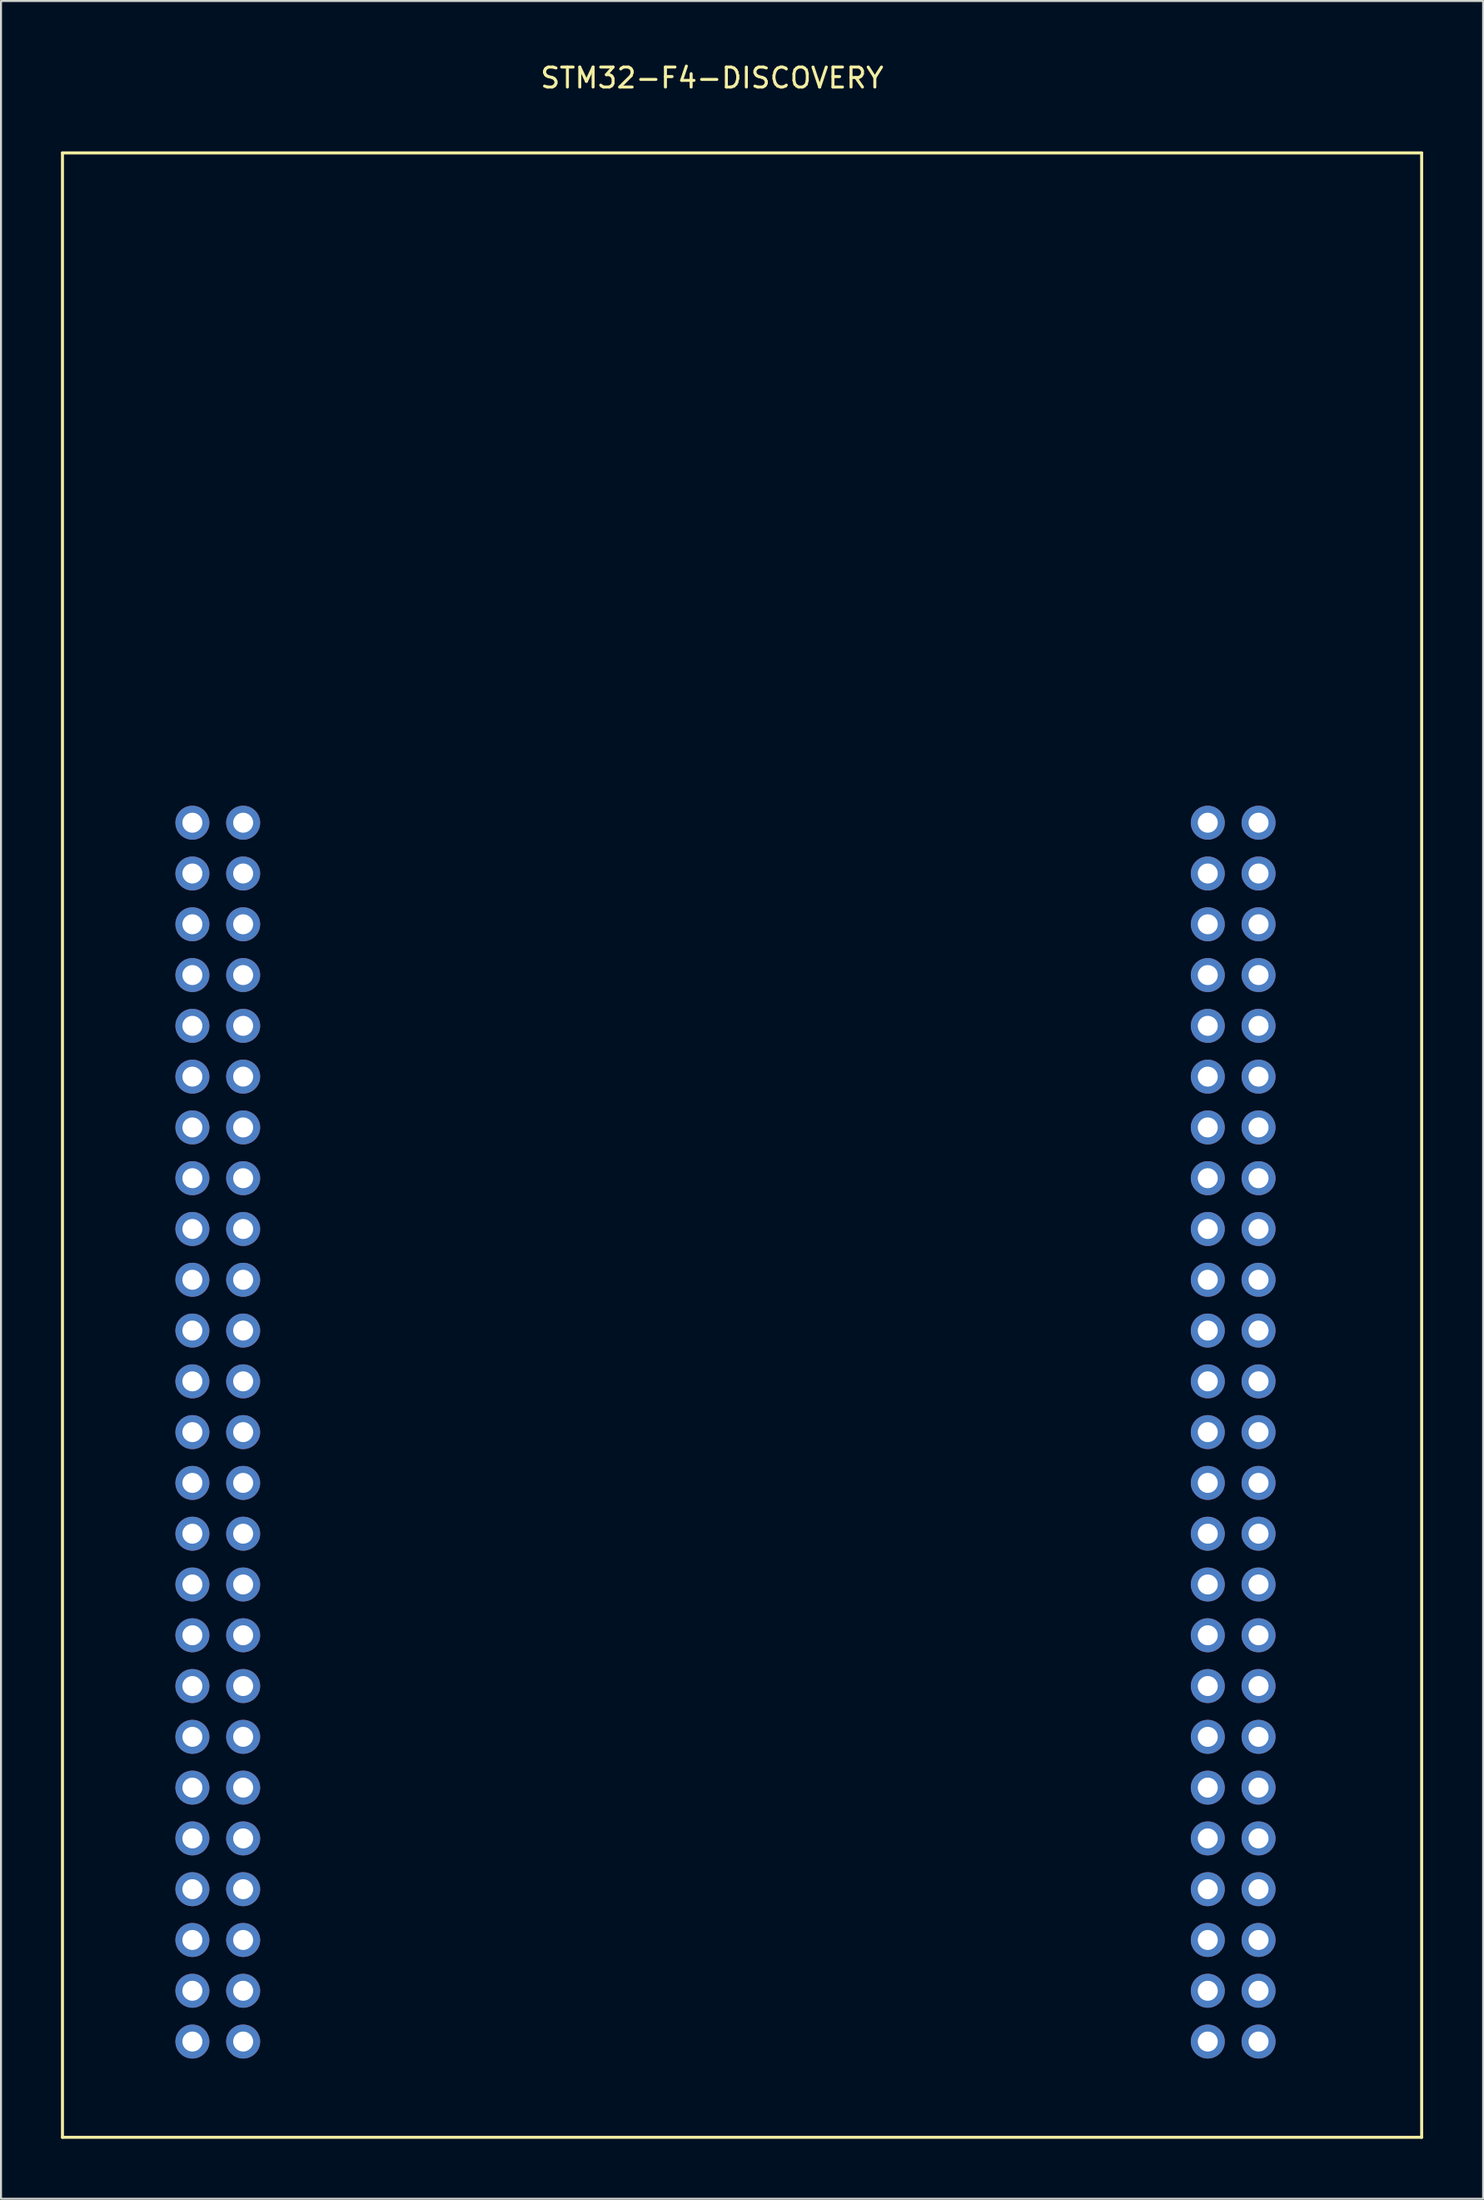
<source format=kicad_pcb>
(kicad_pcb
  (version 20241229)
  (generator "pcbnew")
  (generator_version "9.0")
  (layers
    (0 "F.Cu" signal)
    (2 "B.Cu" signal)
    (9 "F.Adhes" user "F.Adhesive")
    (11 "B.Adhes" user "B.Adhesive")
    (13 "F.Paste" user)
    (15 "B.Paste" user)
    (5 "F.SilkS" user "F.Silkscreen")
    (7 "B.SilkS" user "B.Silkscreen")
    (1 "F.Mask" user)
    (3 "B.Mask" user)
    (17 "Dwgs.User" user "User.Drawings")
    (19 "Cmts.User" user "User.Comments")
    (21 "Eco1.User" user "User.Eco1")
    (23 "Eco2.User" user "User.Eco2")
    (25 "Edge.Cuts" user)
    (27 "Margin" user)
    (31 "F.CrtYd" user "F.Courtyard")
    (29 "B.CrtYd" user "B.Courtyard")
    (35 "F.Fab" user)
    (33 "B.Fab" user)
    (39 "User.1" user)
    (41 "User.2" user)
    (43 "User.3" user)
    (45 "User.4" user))
  (footprint "STM32-F4-DISCOVERY"
    (layer "F.Cu")
    (at 6.575 38.098)
    (property "Reference" "STM32-F4-DISCOVERY" (at 26 -37.25 0) (layer "F.SilkS") (effects (font (size 1 1) (thickness 0.15))))
    (attr through_hole)
    (fp_line (start -6.5 -33.5) (end -6.5 65.75) (stroke (width 0.15) (type solid)) (layer "F.SilkS"))
    (fp_line (start -6.5 65.75) (end 61.5 65.75) (stroke (width 0.15) (type solid)) (layer "F.SilkS"))
    (fp_line (start 61.5 -33.5) (end -6.5 -33.5) (stroke (width 0.15) (type solid)) (layer "F.SilkS"))
    (fp_line (start 61.5 65.75) (end 61.5 -33.5) (stroke (width 0.15) (type solid)) (layer "F.SilkS"))
    (pad "1" thru_hole circle (at 0 0) (size 1.7 1.7) (drill 1) (layers "*.Cu" "*.Mask"))
    (pad "2" thru_hole circle (at 2.54 0) (size 1.7 1.7) (drill 1) (layers "*.Cu" "*.Mask"))
    (pad "3" thru_hole circle (at 0 2.54) (size 1.7 1.7) (drill 1) (layers "*.Cu" "*.Mask"))
    (pad "4" thru_hole circle (at 2.54 2.54) (size 1.7 1.7) (drill 1) (layers "*.Cu" "*.Mask"))
    (pad "5" thru_hole circle (at 0 5.08) (size 1.7 1.7) (drill 1) (layers "*.Cu" "*.Mask"))
    (pad "6" thru_hole circle (at 2.54 5.08) (size 1.7 1.7) (drill 1) (layers "*.Cu" "*.Mask"))
    (pad "7" thru_hole circle (at 0 7.62) (size 1.7 1.7) (drill 1) (layers "*.Cu" "*.Mask"))
    (pad "8" thru_hole circle (at 2.54 7.62) (size 1.7 1.7) (drill 1) (layers "*.Cu" "*.Mask"))
    (pad "9" thru_hole circle (at 0 10.16) (size 1.7 1.7) (drill 1) (layers "*.Cu" "*.Mask"))
    (pad "10" thru_hole circle (at 2.54 10.16) (size 1.7 1.7) (drill 1) (layers "*.Cu" "*.Mask"))
    (pad "11" thru_hole circle (at 0 12.7) (size 1.7 1.7) (drill 1) (layers "*.Cu" "*.Mask"))
    (pad "12" thru_hole circle (at 2.54 12.7) (size 1.7 1.7) (drill 1) (layers "*.Cu" "*.Mask"))
    (pad "13" thru_hole circle (at 0 15.24) (size 1.7 1.7) (drill 1) (layers "*.Cu" "*.Mask"))
    (pad "14" thru_hole circle (at 2.54 15.24) (size 1.7 1.7) (drill 1) (layers "*.Cu" "*.Mask"))
    (pad "15" thru_hole circle (at 0 17.78) (size 1.7 1.7) (drill 1) (layers "*.Cu" "*.Mask"))
    (pad "16" thru_hole circle (at 2.54 17.78) (size 1.7 1.7) (drill 1) (layers "*.Cu" "*.Mask"))
    (pad "17" thru_hole circle (at 0 20.32) (size 1.7 1.7) (drill 1) (layers "*.Cu" "*.Mask"))
    (pad "18" thru_hole circle (at 2.54 20.32) (size 1.7 1.7) (drill 1) (layers "*.Cu" "*.Mask"))
    (pad "19" thru_hole circle (at 0 22.86) (size 1.7 1.7) (drill 1) (layers "*.Cu" "*.Mask"))
    (pad "20" thru_hole circle (at 2.54 22.86) (size 1.7 1.7) (drill 1) (layers "*.Cu" "*.Mask"))
    (pad "21" thru_hole circle (at 0 25.4) (size 1.7 1.7) (drill 1) (layers "*.Cu" "*.Mask"))
    (pad "22" thru_hole circle (at 2.54 25.4) (size 1.7 1.7) (drill 1) (layers "*.Cu" "*.Mask"))
    (pad "23" thru_hole circle (at 0 27.94) (size 1.7 1.7) (drill 1) (layers "*.Cu" "*.Mask"))
    (pad "24" thru_hole circle (at 2.54 27.94) (size 1.7 1.7) (drill 1) (layers "*.Cu" "*.Mask"))
    (pad "25" thru_hole circle (at 0 30.48) (size 1.7 1.7) (drill 1) (layers "*.Cu" "*.Mask"))
    (pad "26" thru_hole circle (at 2.54 30.48) (size 1.7 1.7) (drill 1) (layers "*.Cu" "*.Mask"))
    (pad "27" thru_hole circle (at 0 33.02) (size 1.7 1.7) (drill 1) (layers "*.Cu" "*.Mask"))
    (pad "28" thru_hole circle (at 2.54 33.02) (size 1.7 1.7) (drill 1) (layers "*.Cu" "*.Mask"))
    (pad "29" thru_hole circle (at 0 35.56) (size 1.7 1.7) (drill 1) (layers "*.Cu" "*.Mask"))
    (pad "30" thru_hole circle (at 2.54 35.56) (size 1.7 1.7) (drill 1) (layers "*.Cu" "*.Mask"))
    (pad "31" thru_hole circle (at 0 38.1) (size 1.7 1.7) (drill 1) (layers "*.Cu" "*.Mask"))
    (pad "32" thru_hole circle (at 2.54 38.1) (size 1.7 1.7) (drill 1) (layers "*.Cu" "*.Mask"))
    (pad "33" thru_hole circle (at 0 40.64) (size 1.7 1.7) (drill 1) (layers "*.Cu" "*.Mask"))
    (pad "34" thru_hole circle (at 2.54 40.64) (size 1.7 1.7) (drill 1) (layers "*.Cu" "*.Mask"))
    (pad "35" thru_hole circle (at 0 43.18) (size 1.7 1.7) (drill 1) (layers "*.Cu" "*.Mask"))
    (pad "36" thru_hole circle (at 2.54 43.18) (size 1.7 1.7) (drill 1) (layers "*.Cu" "*.Mask"))
    (pad "37" thru_hole circle (at 0 45.72) (size 1.7 1.7) (drill 1) (layers "*.Cu" "*.Mask"))
    (pad "38" thru_hole circle (at 2.54 45.72) (size 1.7 1.7) (drill 1) (layers "*.Cu" "*.Mask"))
    (pad "39" thru_hole circle (at 0 48.26) (size 1.7 1.7) (drill 1) (layers "*.Cu" "*.Mask"))
    (pad "40" thru_hole circle (at 2.54 48.26) (size 1.7 1.7) (drill 1) (layers "*.Cu" "*.Mask"))
    (pad "41" thru_hole circle (at 0 50.8) (size 1.7 1.7) (drill 1) (layers "*.Cu" "*.Mask"))
    (pad "42" thru_hole circle (at 2.54 50.8) (size 1.7 1.7) (drill 1) (layers "*.Cu" "*.Mask"))
    (pad "43" thru_hole circle (at 0 53.34) (size 1.7 1.7) (drill 1) (layers "*.Cu" "*.Mask"))
    (pad "44" thru_hole circle (at 2.54 53.34) (size 1.7 1.7) (drill 1) (layers "*.Cu" "*.Mask"))
    (pad "45" thru_hole circle (at 0 55.88) (size 1.7 1.7) (drill 1) (layers "*.Cu" "*.Mask"))
    (pad "46" thru_hole circle (at 2.54 55.88) (size 1.7 1.7) (drill 1) (layers "*.Cu" "*.Mask"))
    (pad "47" thru_hole circle (at 0 58.42) (size 1.7 1.7) (drill 1) (layers "*.Cu" "*.Mask"))
    (pad "48" thru_hole circle (at 2.54 58.42) (size 1.7 1.7) (drill 1) (layers "*.Cu" "*.Mask"))
    (pad "49" thru_hole circle (at 0 60.96) (size 1.7 1.7) (drill 1) (layers "*.Cu" "*.Mask"))
    (pad "50" thru_hole circle (at 2.54 60.96) (size 1.7 1.7) (drill 1) (layers "*.Cu" "*.Mask"))
    (pad "51" thru_hole circle (at 50.8 0) (size 1.7 1.7) (drill 1) (layers "*.Cu" "*.Mask"))
    (pad "52" thru_hole circle (at 53.34 0) (size 1.7 1.7) (drill 1) (layers "*.Cu" "*.Mask"))
    (pad "53" thru_hole circle (at 50.8 2.54) (size 1.7 1.7) (drill 1) (layers "*.Cu" "*.Mask"))
    (pad "54" thru_hole circle (at 53.34 2.54) (size 1.7 1.7) (drill 1) (layers "*.Cu" "*.Mask"))
    (pad "55" thru_hole circle (at 50.8 5.08) (size 1.7 1.7) (drill 1) (layers "*.Cu" "*.Mask"))
    (pad "56" thru_hole circle (at 53.34 5.08) (size 1.7 1.7) (drill 1) (layers "*.Cu" "*.Mask"))
    (pad "57" thru_hole circle (at 50.8 7.62) (size 1.7 1.7) (drill 1) (layers "*.Cu" "*.Mask"))
    (pad "58" thru_hole circle (at 53.34 7.62) (size 1.7 1.7) (drill 1) (layers "*.Cu" "*.Mask"))
    (pad "59" thru_hole circle (at 50.8 10.16) (size 1.7 1.7) (drill 1) (layers "*.Cu" "*.Mask"))
    (pad "60" thru_hole circle (at 53.34 10.16) (size 1.7 1.7) (drill 1) (layers "*.Cu" "*.Mask"))
    (pad "61" thru_hole circle (at 50.8 12.7) (size 1.7 1.7) (drill 1) (layers "*.Cu" "*.Mask"))
    (pad "62" thru_hole circle (at 53.34 12.7) (size 1.7 1.7) (drill 1) (layers "*.Cu" "*.Mask"))
    (pad "63" thru_hole circle (at 50.8 15.24) (size 1.7 1.7) (drill 1) (layers "*.Cu" "*.Mask"))
    (pad "64" thru_hole circle (at 53.34 15.24) (size 1.7 1.7) (drill 1) (layers "*.Cu" "*.Mask"))
    (pad "65" thru_hole circle (at 50.8 17.78) (size 1.7 1.7) (drill 1) (layers "*.Cu" "*.Mask"))
    (pad "66" thru_hole circle (at 53.34 17.78) (size 1.7 1.7) (drill 1) (layers "*.Cu" "*.Mask"))
    (pad "67" thru_hole circle (at 50.8 20.32) (size 1.7 1.7) (drill 1) (layers "*.Cu" "*.Mask"))
    (pad "68" thru_hole circle (at 53.34 20.32) (size 1.7 1.7) (drill 1) (layers "*.Cu" "*.Mask"))
    (pad "69" thru_hole circle (at 50.8 22.86) (size 1.7 1.7) (drill 1) (layers "*.Cu" "*.Mask"))
    (pad "70" thru_hole circle (at 53.34 22.86) (size 1.7 1.7) (drill 1) (layers "*.Cu" "*.Mask"))
    (pad "71" thru_hole circle (at 50.8 25.4) (size 1.7 1.7) (drill 1) (layers "*.Cu" "*.Mask"))
    (pad "72" thru_hole circle (at 53.34 25.4) (size 1.7 1.7) (drill 1) (layers "*.Cu" "*.Mask"))
    (pad "73" thru_hole circle (at 50.8 27.94) (size 1.7 1.7) (drill 1) (layers "*.Cu" "*.Mask"))
    (pad "74" thru_hole circle (at 53.34 27.94) (size 1.7 1.7) (drill 1) (layers "*.Cu" "*.Mask"))
    (pad "75" thru_hole circle (at 50.8 30.48) (size 1.7 1.7) (drill 1) (layers "*.Cu" "*.Mask"))
    (pad "76" thru_hole circle (at 53.34 30.48) (size 1.7 1.7) (drill 1) (layers "*.Cu" "*.Mask"))
    (pad "77" thru_hole circle (at 50.8 33.02) (size 1.7 1.7) (drill 1) (layers "*.Cu" "*.Mask"))
    (pad "78" thru_hole circle (at 53.34 33.02) (size 1.7 1.7) (drill 1) (layers "*.Cu" "*.Mask"))
    (pad "79" thru_hole circle (at 50.8 35.56) (size 1.7 1.7) (drill 1) (layers "*.Cu" "*.Mask"))
    (pad "80" thru_hole circle (at 53.34 35.56) (size 1.7 1.7) (drill 1) (layers "*.Cu" "*.Mask"))
    (pad "81" thru_hole circle (at 50.8 38.1) (size 1.7 1.7) (drill 1) (layers "*.Cu" "*.Mask"))
    (pad "82" thru_hole circle (at 53.34 38.1) (size 1.7 1.7) (drill 1) (layers "*.Cu" "*.Mask"))
    (pad "83" thru_hole circle (at 50.8 40.64) (size 1.7 1.7) (drill 1) (layers "*.Cu" "*.Mask"))
    (pad "84" thru_hole circle (at 53.34 40.64) (size 1.7 1.7) (drill 1) (layers "*.Cu" "*.Mask"))
    (pad "85" thru_hole circle (at 50.8 43.18) (size 1.7 1.7) (drill 1) (layers "*.Cu" "*.Mask"))
    (pad "86" thru_hole circle (at 53.34 43.18) (size 1.7 1.7) (drill 1) (layers "*.Cu" "*.Mask"))
    (pad "87" thru_hole circle (at 50.8 45.72) (size 1.7 1.7) (drill 1) (layers "*.Cu" "*.Mask"))
    (pad "88" thru_hole circle (at 53.34 45.72) (size 1.7 1.7) (drill 1) (layers "*.Cu" "*.Mask"))
    (pad "89" thru_hole circle (at 50.8 48.26) (size 1.7 1.7) (drill 1) (layers "*.Cu" "*.Mask"))
    (pad "90" thru_hole circle (at 53.34 48.26) (size 1.7 1.7) (drill 1) (layers "*.Cu" "*.Mask"))
    (pad "91" thru_hole circle (at 50.8 50.8) (size 1.7 1.7) (drill 1) (layers "*.Cu" "*.Mask"))
    (pad "92" thru_hole circle (at 53.34 50.8) (size 1.7 1.7) (drill 1) (layers "*.Cu" "*.Mask"))
    (pad "93" thru_hole circle (at 50.8 53.34) (size 1.7 1.7) (drill 1) (layers "*.Cu" "*.Mask"))
    (pad "94" thru_hole circle (at 53.34 53.34) (size 1.7 1.7) (drill 1) (layers "*.Cu" "*.Mask"))
    (pad "95" thru_hole circle (at 50.8 55.88) (size 1.7 1.7) (drill 1) (layers "*.Cu" "*.Mask"))
    (pad "96" thru_hole circle (at 53.34 55.88) (size 1.7 1.7) (drill 1) (layers "*.Cu" "*.Mask"))
    (pad "97" thru_hole circle (at 50.8 58.42) (size 1.7 1.7) (drill 1) (layers "*.Cu" "*.Mask"))
    (pad "98" thru_hole circle (at 53.34 58.42) (size 1.7 1.7) (drill 1) (layers "*.Cu" "*.Mask"))
    (pad "99" thru_hole circle (at 50.8 60.96) (size 1.7 1.7) (drill 1) (layers "*.Cu" "*.Mask"))
    (pad "100" thru_hole circle (at 53.34 60.96) (size 1.7 1.7) (drill 1) (layers "*.Cu" "*.Mask")))
  (gr_rect
    (start -3 -3)
    (end 71.15 106.923)
    (stroke (width 0.1) (type default))
    (fill no)
    (layer "Edge.Cuts")))
</source>
